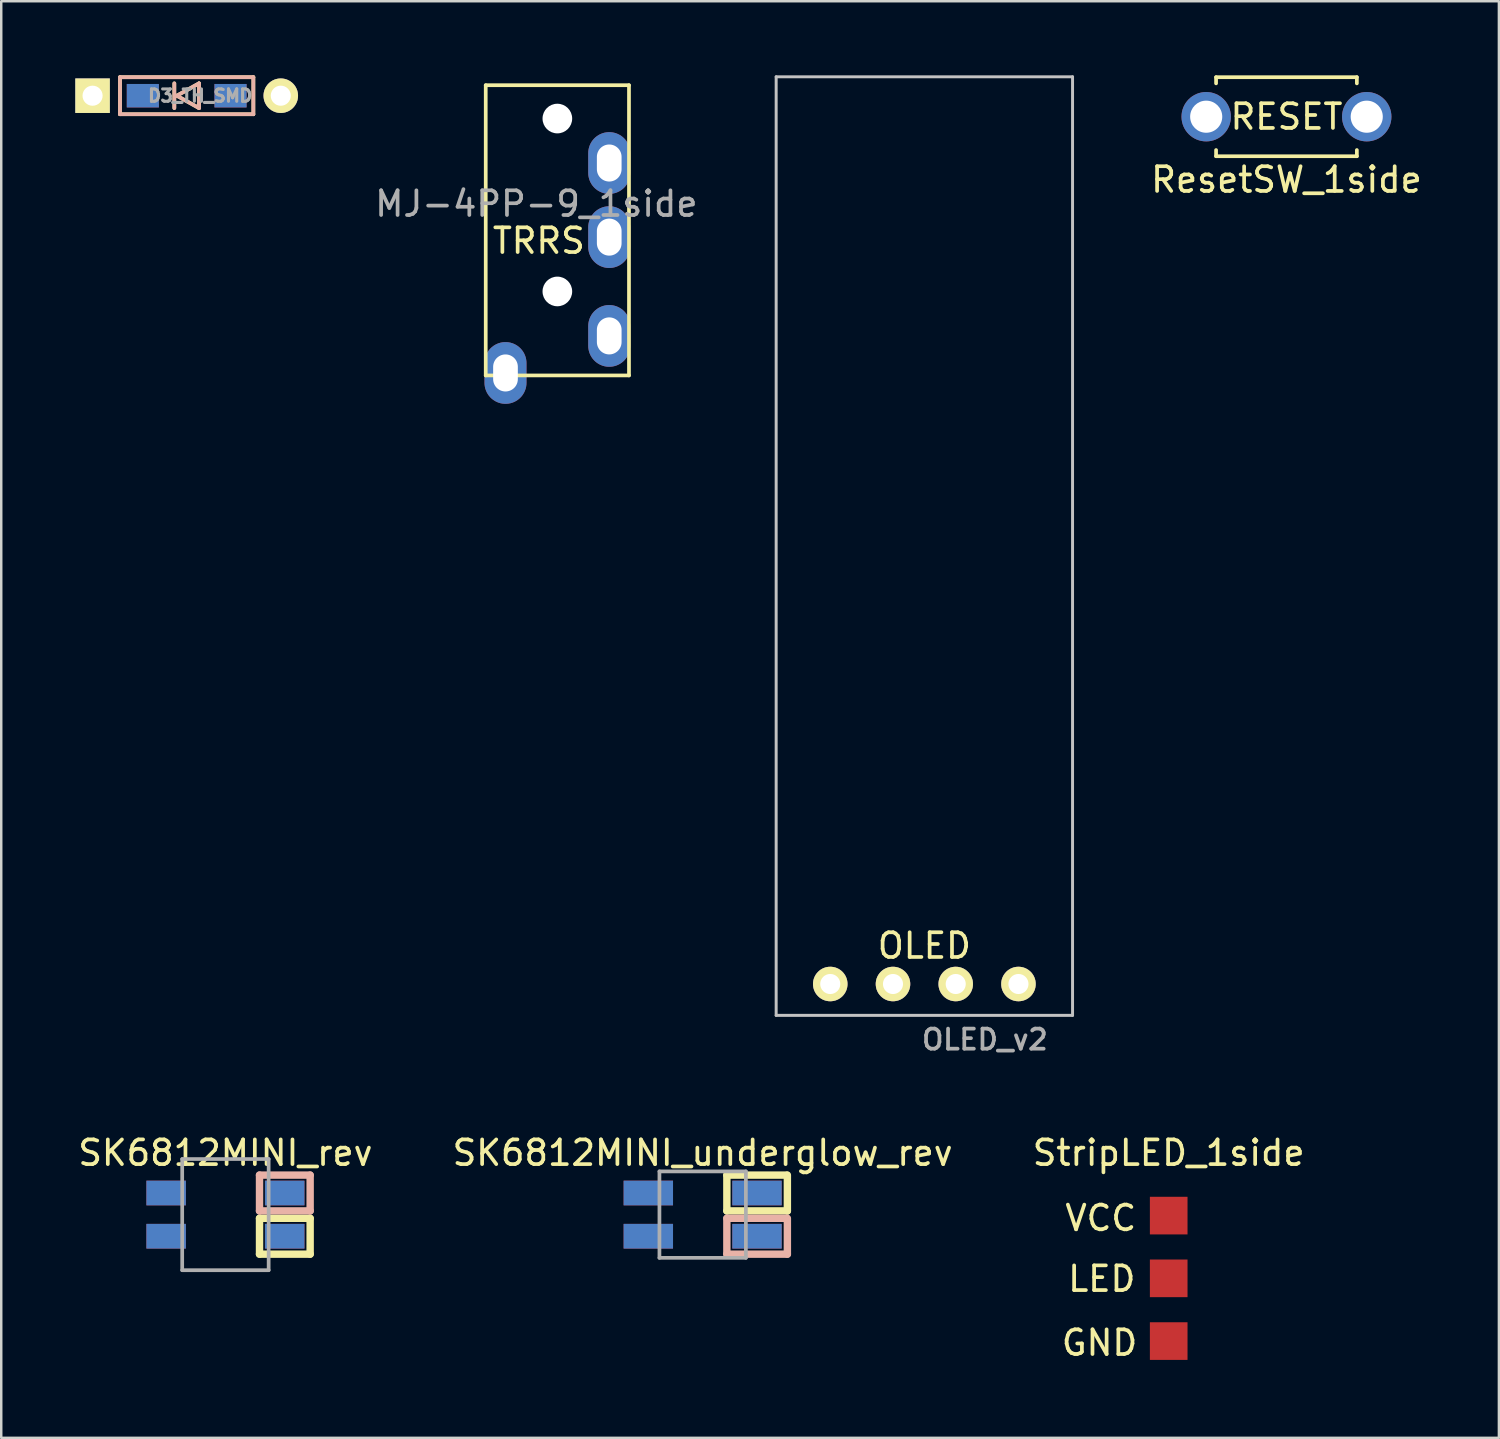
<source format=kicad_pcb>
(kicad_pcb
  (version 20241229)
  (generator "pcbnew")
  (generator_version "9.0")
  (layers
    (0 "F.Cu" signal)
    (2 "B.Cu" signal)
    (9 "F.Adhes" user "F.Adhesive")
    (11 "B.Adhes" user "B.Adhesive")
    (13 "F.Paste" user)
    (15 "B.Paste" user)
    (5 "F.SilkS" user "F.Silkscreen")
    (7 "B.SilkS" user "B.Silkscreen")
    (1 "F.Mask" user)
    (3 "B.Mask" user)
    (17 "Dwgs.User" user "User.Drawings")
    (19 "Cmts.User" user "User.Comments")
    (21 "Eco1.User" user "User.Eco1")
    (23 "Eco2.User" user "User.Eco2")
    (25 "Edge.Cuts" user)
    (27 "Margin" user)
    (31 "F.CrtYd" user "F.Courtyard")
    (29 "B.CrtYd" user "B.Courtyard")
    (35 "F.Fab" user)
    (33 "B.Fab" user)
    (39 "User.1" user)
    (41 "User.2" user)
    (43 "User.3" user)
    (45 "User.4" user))
  (footprint "SK6812MINI_underglow_rev"
    (layer "F.Cu")
    (at 25.399 46.127)
    (property "Reference" "SK6812MINI_underglow_rev" (at 0 -2.5 0) (layer "F.SilkS") (effects (font (size 1 1) (thickness 0.15))))
    (attr through_hole)
    (fp_line (start 0.98 -1.6) (end 3.4 -1.6) (stroke (width 0.3) (type solid)) (layer "F.SilkS"))
    (fp_line (start 0.98 -0.15) (end 0.98 -1.6) (stroke (width 0.3) (type solid)) (layer "F.SilkS"))
    (fp_line (start 3.43 -1.6) (end 3.43 -0.15) (stroke (width 0.3) (type solid)) (layer "F.SilkS"))
    (fp_line (start 3.43 -0.15) (end 0.98 -0.15) (stroke (width 0.3) (type solid)) (layer "F.SilkS"))
    (fp_line (start 0.98 0.15) (end 3.4 0.15) (stroke (width 0.3) (type solid)) (layer "B.SilkS"))
    (fp_line (start 0.98 1.6) (end 0.98 0.15) (stroke (width 0.3) (type solid)) (layer "B.SilkS"))
    (fp_line (start 3.43 0.15) (end 3.43 1.6) (stroke (width 0.3) (type solid)) (layer "B.SilkS"))
    (fp_line (start 3.43 1.6) (end 0.98 1.6) (stroke (width 0.3) (type solid)) (layer "B.SilkS"))
    (fp_line (start -1.75 -1.75) (end -1.75 1.75) (stroke (width 0.15) (type solid)) (layer "F.Fab"))
    (fp_line (start -1.75 -1.75) (end 1.75 -1.75) (stroke (width 0.15) (type solid)) (layer "F.Fab"))
    (fp_line (start 1.75 -1.75) (end 1.75 1.75) (stroke (width 0.15) (type solid)) (layer "F.Fab"))
    (fp_line (start 1.75 1.75) (end -1.75 1.75) (stroke (width 0.15) (type solid)) (layer "F.Fab"))
    (pad "1" smd rect (at -2.2 -0.875) (size 2 1) (layers "F.Cu" "F.Mask" "F.Paste"))
    (pad "1" smd rect (at -2.2 0.875) (size 2 1) (layers "B.Cu" "B.Mask" "B.Paste"))
    (pad "2" smd rect (at -2.2 -0.875) (size 2 1) (layers "B.Cu" "B.Mask" "B.Paste"))
    (pad "2" smd rect (at -2.2 0.875) (size 2 1) (layers "F.Cu" "F.Mask" "F.Paste"))
    (pad "3" smd rect (at 2.2 -0.875) (size 2 1) (layers "B.Cu" "B.Mask" "B.Paste"))
    (pad "3" smd rect (at 2.2 0.875) (size 2 1) (layers "F.Cu" "F.Mask" "F.Paste"))
    (pad "4" smd rect (at 2.2 -0.875) (size 2 1) (layers "F.Cu" "F.Mask" "F.Paste"))
    (pad "4" smd rect (at 2.2 0.875) (size 2 1) (layers "B.Cu" "B.Mask" "B.Paste")))
  (footprint "D3_TH_SMD"
    (layer "F.Cu")
    (at 4.508 0.825)
    (property "Reference" "D3_TH_SMD" (at 0.55 0 0) (layer "F.Fab") (effects (font (size 0.5 0.5) (thickness 0.125))))
    (attr through_hole)
    (fp_line (start -2.7 -0.75) (end -2.7 0.75) (stroke (width 0.15) (type solid)) (layer "F.SilkS"))
    (fp_line (start -2.7 0.75) (end 2.7 0.75) (stroke (width 0.15) (type solid)) (layer "F.SilkS"))
    (fp_line (start -0.5 -0.5) (end -0.5 0.5) (stroke (width 0.15) (type solid)) (layer "F.SilkS"))
    (fp_line (start -0.4 0) (end 0.5 -0.5) (stroke (width 0.15) (type solid)) (layer "F.SilkS"))
    (fp_line (start 0.5 -0.5) (end 0.5 0.5) (stroke (width 0.15) (type solid)) (layer "F.SilkS"))
    (fp_line (start 0.5 0.5) (end -0.4 0) (stroke (width 0.15) (type solid)) (layer "F.SilkS"))
    (fp_line (start 2.7 -0.75) (end -2.7 -0.75) (stroke (width 0.15) (type solid)) (layer "F.SilkS"))
    (fp_line (start 2.7 0.75) (end 2.7 -0.75) (stroke (width 0.15) (type solid)) (layer "F.SilkS"))
    (fp_line (start -2.7 -0.75) (end -2.7 0.75) (stroke (width 0.15) (type solid)) (layer "B.SilkS"))
    (fp_line (start -2.7 0.75) (end 2.7 0.75) (stroke (width 0.15) (type solid)) (layer "B.SilkS"))
    (fp_line (start -0.5 -0.5) (end -0.5 0.5) (stroke (width 0.15) (type solid)) (layer "B.SilkS"))
    (fp_line (start -0.4 0) (end 0.5 -0.5) (stroke (width 0.15) (type solid)) (layer "B.SilkS"))
    (fp_line (start 0.5 -0.5) (end 0.5 0.5) (stroke (width 0.15) (type solid)) (layer "B.SilkS"))
    (fp_line (start 0.5 0.5) (end -0.4 0) (stroke (width 0.15) (type solid)) (layer "B.SilkS"))
    (fp_line (start 2.7 -0.75) (end -2.7 -0.75) (stroke (width 0.15) (type solid)) (layer "B.SilkS"))
    (fp_line (start 2.7 0.75) (end 2.7 -0.75) (stroke (width 0.15) (type solid)) (layer "B.SilkS"))
    (pad "1" thru_hole rect (at -3.81 0) (size 1.397 1.397) (drill 0.813) (layers "*.Cu" "*.Mask" "F.SilkS"))
    (pad "1" smd rect (at -1.775 0) (size 1.3 0.95) (layers "F.Cu" "F.Mask" "F.Paste"))
    (pad "1" smd rect (at -1.775 0) (size 1.3 0.95) (layers "B.Cu" "B.Mask" "B.Paste"))
    (pad "2" smd rect (at 1.775 0) (size 1.3 0.95) (layers "F.Cu" "F.Mask" "F.Paste"))
    (pad "2" smd rect (at 1.775 0) (size 1.3 0.95) (layers "B.Cu" "B.Mask" "B.Paste"))
    (pad "2" thru_hole circle (at 3.81 0) (size 1.397 1.397) (drill 0.813) (layers "*.Cu" "*.Mask" "F.SilkS")))
  (footprint "MJ-4PP-9_1side"
    (layer "F.Cu")
    (at 19.516 0.25)
    (property "Reference" "MJ-4PP-9_1side" (at -0.85 4.95 0) (layer "F.Fab") (effects (font (size 1 1) (thickness 0.15))))
    (attr through_hole)
    (fp_line (start -2.9 0.15) (end 2.9 0.15) (stroke (width 0.15) (type solid)) (layer "F.SilkS"))
    (fp_line (start -2.9 11.9) (end -2.9 0.15) (stroke (width 0.15) (type solid)) (layer "F.SilkS"))
    (fp_line (start 2.9 0.15) (end 2.9 11.9) (stroke (width 0.15) (type solid)) (layer "F.SilkS"))
    (fp_line (start 2.9 11.9) (end -2.9 11.9) (stroke (width 0.15) (type solid)) (layer "F.SilkS"))
    (fp_text user "TRRS" (at -0.75 6.45 0) (layer "F.SilkS") (effects (font (size 1 1) (thickness 0.15))))
    (pad "" np_thru_hole circle (at 0 1.5) (size 1.2 1.2) (drill 1.2) (layers "*.Cu" "*.Mask"))
    (pad "" np_thru_hole circle (at 0 8.5) (size 1.2 1.2) (drill 1.2) (layers "*.Cu" "*.Mask"))
    (pad "A" thru_hole oval (at -2.1 11.8) (size 1.7 2.5) (drill oval 1 1.5) (layers "*.Cu" "B.Mask"))
    (pad "B" thru_hole oval (at 2.1 3.3) (size 1.7 2.5) (drill oval 1 1.5) (layers "*.Cu" "B.Mask"))
    (pad "C" thru_hole oval (at 2.1 6.3) (size 1.7 2.5) (drill oval 1 1.5) (layers "*.Cu" "B.Mask"))
    (pad "D" thru_hole oval (at 2.1 10.3) (size 1.7 2.5) (drill oval 1 1.5) (layers "*.Cu" "B.Mask")))
  (footprint "SK6812MINI_rev"
    (layer "F.Cu")
    (at 6.077 46.127)
    (property "Reference" "SK6812MINI_rev" (at 0 -2.5 0) (layer "F.SilkS") (effects (font (size 1 1) (thickness 0.15))))
    (attr through_hole)
    (fp_line (start 1.38 0.15) (end 3.43 0.15) (stroke (width 0.3) (type solid)) (layer "F.SilkS"))
    (fp_line (start 1.38 1.6) (end 1.38 0.15) (stroke (width 0.3) (type solid)) (layer "F.SilkS"))
    (fp_line (start 3.43 0.15) (end 3.43 1.6) (stroke (width 0.3) (type solid)) (layer "F.SilkS"))
    (fp_line (start 3.43 1.6) (end 1.38 1.6) (stroke (width 0.3) (type solid)) (layer "F.SilkS"))
    (fp_line (start 1.38 -1.6) (end 3.43 -1.6) (stroke (width 0.3) (type solid)) (layer "B.SilkS"))
    (fp_line (start 1.38 -0.15) (end 1.38 -1.6) (stroke (width 0.3) (type solid)) (layer "B.SilkS"))
    (fp_line (start 3.43 -1.6) (end 3.43 -0.15) (stroke (width 0.3) (type solid)) (layer "B.SilkS"))
    (fp_line (start 3.43 -0.15) (end 1.38 -0.15) (stroke (width 0.3) (type solid)) (layer "B.SilkS"))
    (fp_line (start -1.75 -2.25) (end -1.75 2.25) (stroke (width 0.15) (type solid)) (layer "F.Fab"))
    (fp_line (start -1.75 -2.25) (end 1.75 -2.25) (stroke (width 0.15) (type solid)) (layer "F.Fab"))
    (fp_line (start 1.75 -2.25) (end 1.75 2.25) (stroke (width 0.15) (type solid)) (layer "F.Fab"))
    (fp_line (start 1.75 2.25) (end -1.75 2.25) (stroke (width 0.15) (type solid)) (layer "F.Fab"))
    (pad "1" smd rect (at -2.4 -0.875) (size 1.6 1) (layers "B.Cu" "B.Mask" "B.Paste"))
    (pad "1" smd rect (at -2.4 0.875) (size 1.6 1) (layers "F.Cu" "F.Mask" "F.Paste"))
    (pad "2" smd rect (at -2.4 -0.875) (size 1.6 1) (layers "F.Cu" "F.Mask" "F.Paste"))
    (pad "2" smd rect (at -2.4 0.875) (size 1.6 1) (layers "B.Cu" "B.Mask" "B.Paste"))
    (pad "3" smd rect (at 2.4 -0.875) (size 1.6 1) (layers "F.Cu" "F.Mask" "F.Paste"))
    (pad "3" smd rect (at 2.4 0.875) (size 1.6 1) (layers "B.Cu" "B.Mask" "B.Paste"))
    (pad "4" smd rect (at 2.4 -0.875) (size 1.6 1) (layers "B.Cu" "B.Mask" "B.Paste"))
    (pad "4" smd rect (at 2.4 0.875) (size 1.6 1) (layers "F.Cu" "F.Mask" "F.Paste")))
  (footprint "StripLED_1side"
    (layer "F.Cu")
    (at 44.268 46.167)
    (property "Reference" "StripLED_1side" (at 0 -2.54 0) (layer "F.SilkS") (effects (font (size 1 1) (thickness 0.15))))
    (attr through_hole)
    (fp_text user "LED" (at -2.71 2.56 0) (layer "F.SilkS") (effects (font (size 1 1) (thickness 0.15))))
    (fp_text user "VCC" (at -2.75 0.1 0) (layer "F.SilkS") (effects (font (size 1 1) (thickness 0.15))))
    (fp_text user "GND" (at -2.8 5.15 0) (layer "F.SilkS") (effects (font (size 1 1) (thickness 0.15))))
    (pad "1" smd rect (at 0 0) (size 1.524 1.524) (layers "F.Cu" "F.Mask"))
    (pad "2" smd rect (at 0 2.54) (size 1.524 1.524) (layers "F.Cu" "F.Mask"))
    (pad "3" smd rect (at 0 5.08) (size 1.524 1.524) (layers "F.Cu" "F.Mask")))
  (footprint "ResetSW_1side"
    (layer "F.Cu")
    (at 49.036 1.675)
    (property "Reference" "ResetSW_1side" (at 0 2.55 0) (layer "F.SilkS") (effects (font (size 1 1) (thickness 0.15))))
    (attr through_hole)
    (fp_line (start -2.85 -1.6) (end -2.85 -1.35) (stroke (width 0.15) (type solid)) (layer "F.SilkS"))
    (fp_line (start -2.85 -1.6) (end 2.85 -1.6) (stroke (width 0.15) (type solid)) (layer "F.SilkS"))
    (fp_line (start -2.85 1.6) (end -2.85 1.35) (stroke (width 0.15) (type solid)) (layer "F.SilkS"))
    (fp_line (start -2.85 1.6) (end 2.85 1.6) (stroke (width 0.15) (type solid)) (layer "F.SilkS"))
    (fp_line (start 2.85 -1.6) (end 2.85 -1.35) (stroke (width 0.15) (type solid)) (layer "F.SilkS"))
    (fp_line (start 2.85 1.6) (end 2.85 1.35) (stroke (width 0.15) (type solid)) (layer "F.SilkS"))
    (fp_text user "RESET" (at 0 0 0) (layer "F.SilkS") (effects (font (size 1 1) (thickness 0.15))))
    (pad "1" thru_hole circle (at 3.25 0) (size 2 2) (drill 1.3) (layers "*.Cu" "B.Mask"))
    (pad "2" thru_hole circle (at -3.25 0) (size 2 2) (drill 1.3) (layers "*.Cu" "B.Mask")))
  (footprint "OLED_v2"
    (layer "F.Cu")
    (at 34.375 36.79)
    (property "Reference" "OLED_v2" (at 2.45 2.25 180) (layer "F.Fab") (effects (font (size 0.813 0.813) (thickness 0.15))))
    (attr through_hole)
    (fp_line (start -6 -36.73) (end 6 -36.73) (stroke (width 0.12) (type solid)) (layer "Dwgs.User"))
    (fp_line (start -6 1.27) (end -6 -36.73) (stroke (width 0.12) (type solid)) (layer "Dwgs.User"))
    (fp_line (start -6 1.27) (end 6 1.27) (stroke (width 0.12) (type solid)) (layer "Dwgs.User"))
    (fp_line (start 6 -36.73) (end 6 1.27) (stroke (width 0.12) (type solid)) (layer "Dwgs.User"))
    (fp_text user "OLED" (at 0 -1.55 0) (layer "F.SilkS") (effects (font (size 1 1) (thickness 0.15))))
    (pad "1" thru_hole circle (at -3.81 0) (size 1.397 1.397) (drill 0.813) (layers "*.Cu" "B.Mask" "F.SilkS"))
    (pad "2" thru_hole circle (at -1.27 0) (size 1.397 1.397) (drill 0.813) (layers "*.Cu" "B.Mask" "F.SilkS"))
    (pad "3" thru_hole circle (at 1.27 0) (size 1.397 1.397) (drill 0.813) (layers "*.Cu" "B.Mask" "F.SilkS"))
    (pad "4" thru_hole circle (at 3.81 0) (size 1.397 1.397) (drill 0.813) (layers "*.Cu" "B.Mask" "F.SilkS")))
  (gr_rect
    (start -3 -3)
    (end 57.637 55.165)
    (stroke (width 0.1) (type default))
    (fill no)
    (layer "Edge.Cuts")))
</source>
